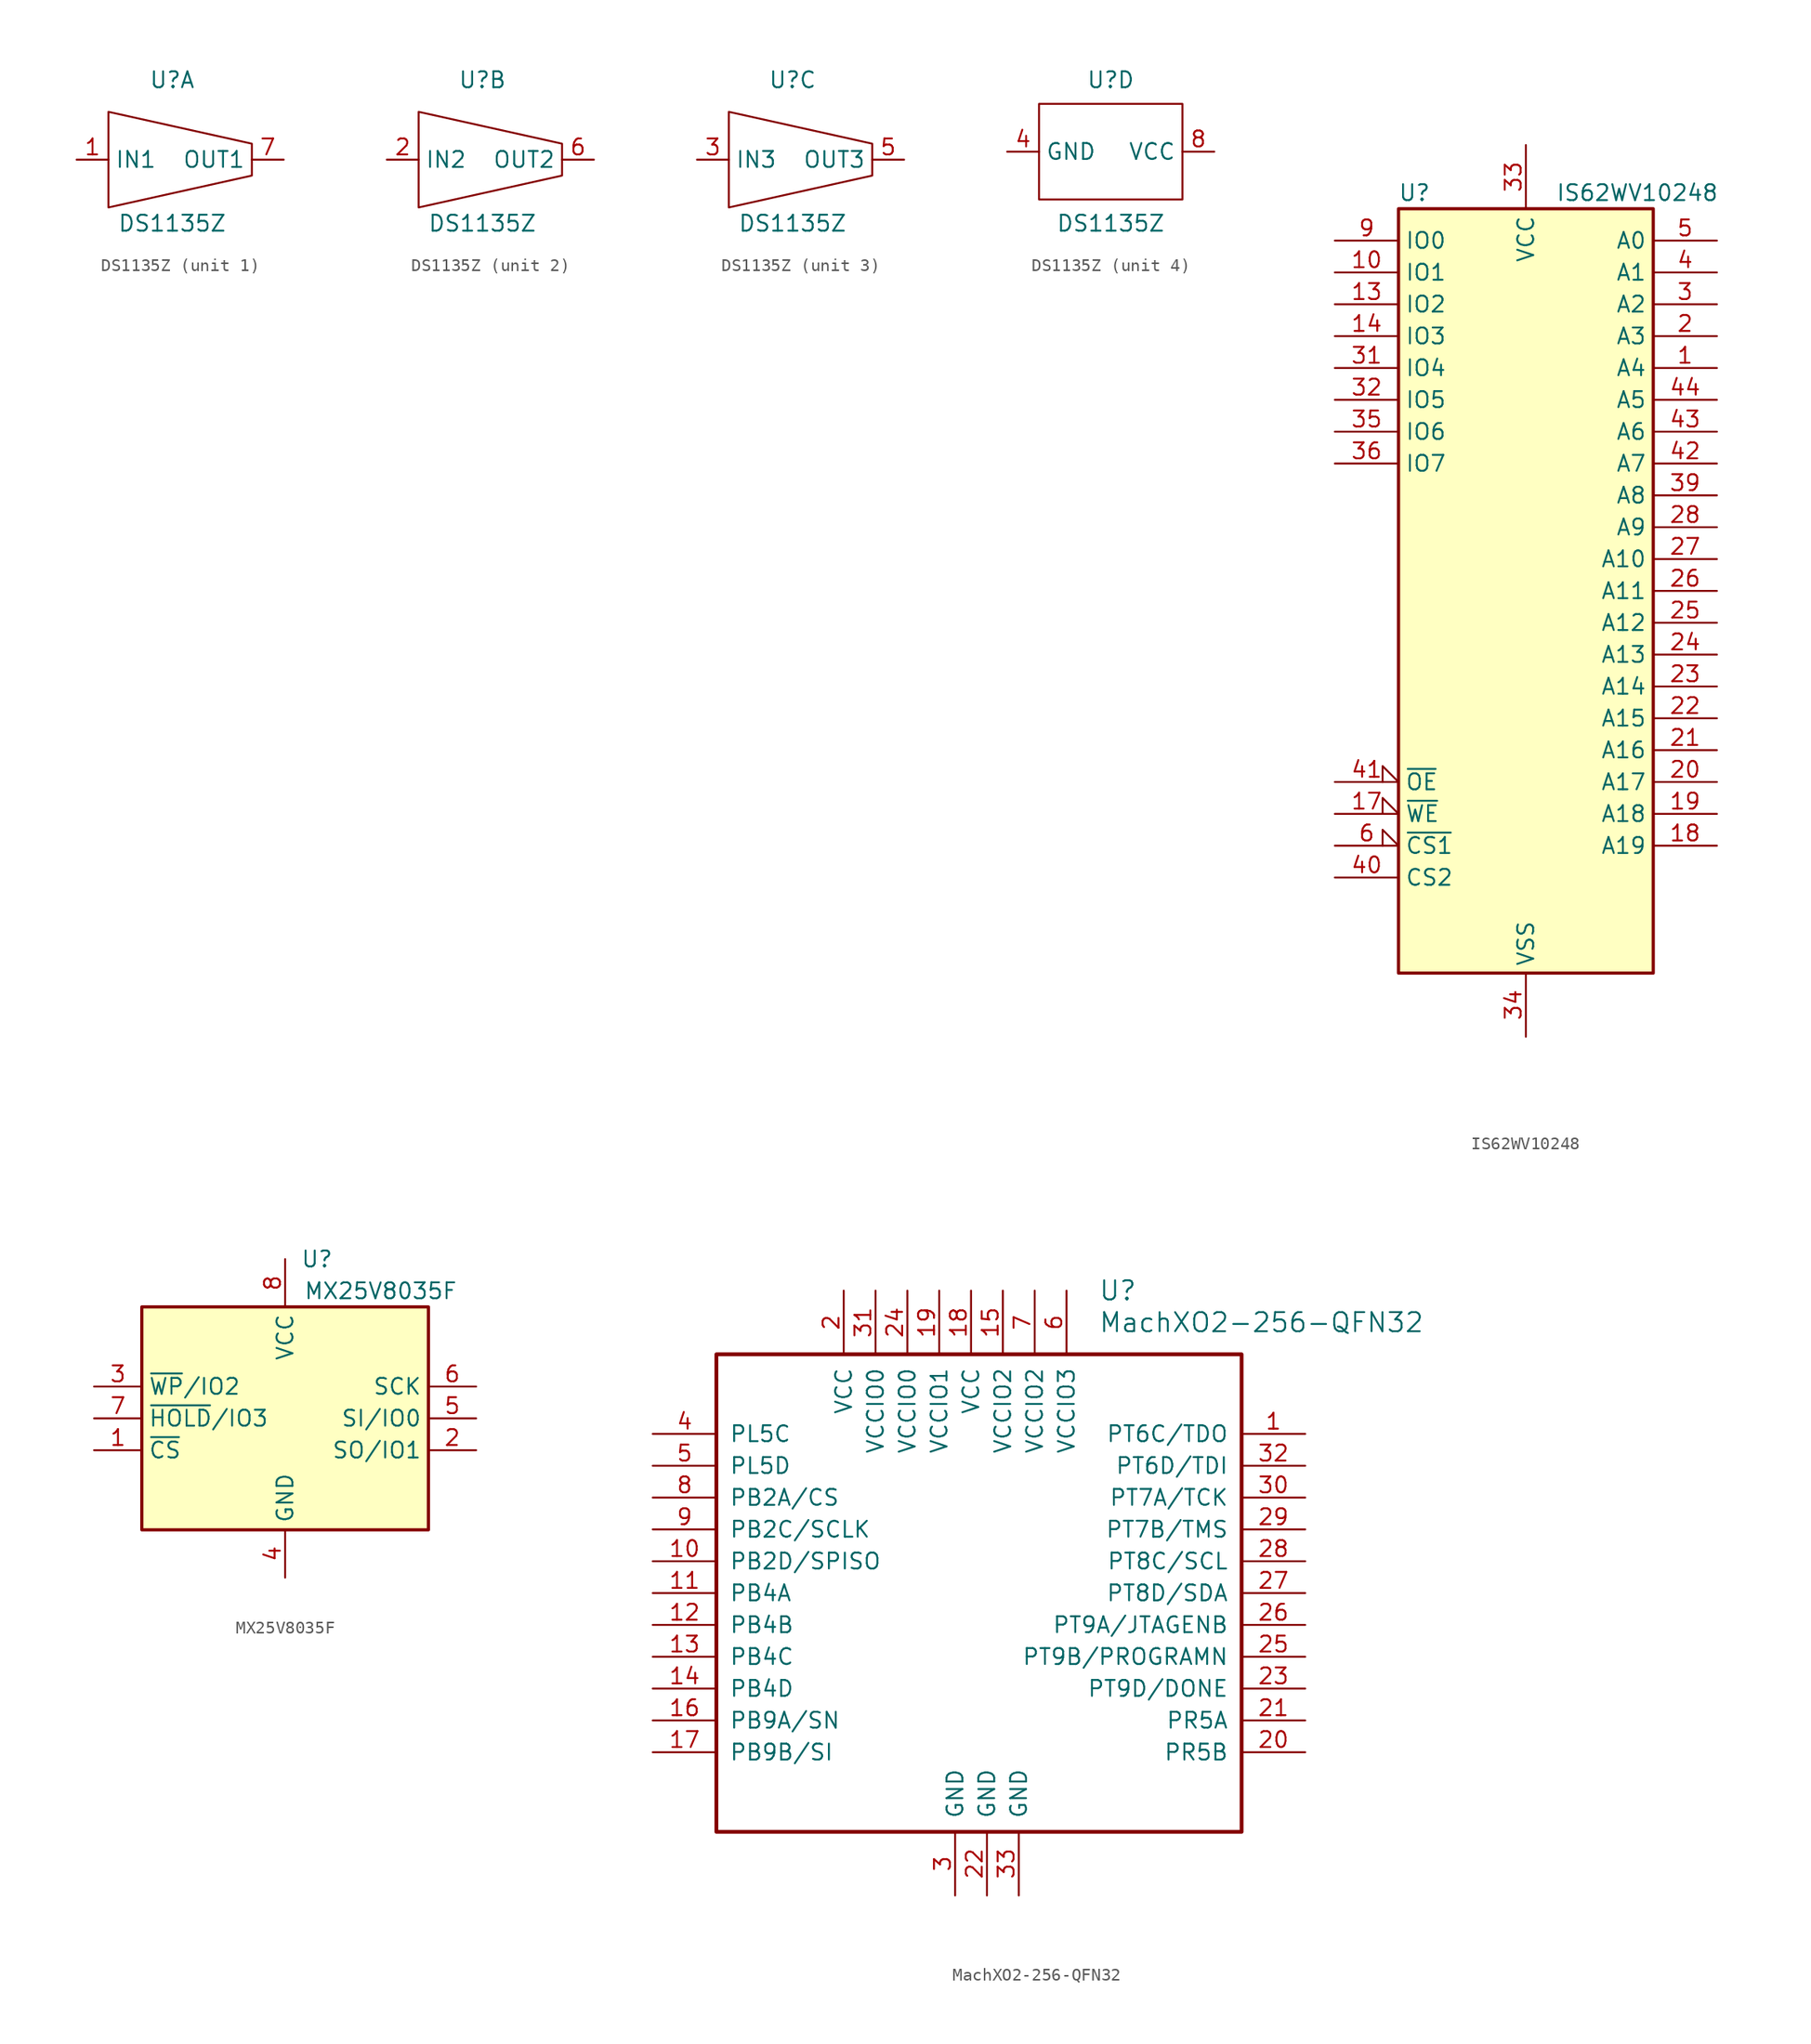
<source format=kicad_sym>
(kicad_symbol_lib
  (version 20211014)
  (generator kicad_symbol_editor)
  (symbol "DS1135Z"
    (property "Reference" "U"
      (at 0 6.35 0)
      (effects (font (size 1.27 1.27))))
    (property "Value" "DS1135Z"
      (at 0 -5.08 0)
      (effects (font (size 1.27 1.27))))
    (property "ki_locked" ""
      (at 0 0 0)
      (effects (font (size 1.27 1.27))))
    (symbol "DS1135Z_1_1"
      (polyline (pts (xy -5.08 0) (xy -5.08 3.81) (xy 6.35 1.27) (xy 6.35 -1.27) (xy -5.08 -3.81) (xy -5.08 0)) (stroke (width 0) (type default) (color 0 0 0 0)) (fill (type none)))
      (pin input line (at -7.62 0 0) (length 2.54) (name "IN1" (effects (font (size 1.27 1.27)))) (number "1" (effects (font (size 1.27 1.27)))))
      (pin output line (at 8.89 0 180) (length 2.54) (name "OUT1" (effects (font (size 1.27 1.27)))) (number "7" (effects (font (size 1.27 1.27))))))
    (symbol "DS1135Z_2_1"
      (polyline (pts (xy -5.08 0) (xy -5.08 3.81) (xy 6.35 1.27) (xy 6.35 -1.27) (xy -5.08 -3.81) (xy -5.08 0)) (stroke (width 0) (type default) (color 0 0 0 0)) (fill (type none)))
      (pin input line (at -7.62 0 0) (length 2.54) (name "IN2" (effects (font (size 1.27 1.27)))) (number "2" (effects (font (size 1.27 1.27)))))
      (pin output line (at 8.89 0 180) (length 2.54) (name "OUT2" (effects (font (size 1.27 1.27)))) (number "6" (effects (font (size 1.27 1.27))))))
    (symbol "DS1135Z_3_1"
      (polyline (pts (xy -5.08 0) (xy -5.08 3.81) (xy 6.35 1.27) (xy 6.35 -1.27) (xy -5.08 -3.81) (xy -5.08 0)) (stroke (width 0) (type default) (color 0 0 0 0)) (fill (type none)))
      (pin input line (at -7.62 0 0) (length 2.54) (name "IN3" (effects (font (size 1.27 1.27)))) (number "3" (effects (font (size 1.27 1.27)))))
      (pin output line (at 8.89 0 180) (length 2.54) (name "OUT3" (effects (font (size 1.27 1.27)))) (number "5" (effects (font (size 1.27 1.27))))))
    (symbol "DS1135Z_4_1"
      (rectangle (start 5.715 -3.175) (end -5.715 4.445) (stroke (width 0) (type default) (color 0 0 0 0)) (fill (type none)))
      (pin input line (at -8.255 0.635 0) (length 2.54) (name "GND" (effects (font (size 1.27 1.27)))) (number "4" (effects (font (size 1.27 1.27)))))
      (pin input line (at 8.255 0.635 180) (length 2.54) (name "VCC" (effects (font (size 1.27 1.27)))) (number "8" (effects (font (size 1.27 1.27)))))))
  (symbol "IS62WV10248"
    (property "Reference" "U"
      (at -8.89 31.75 0)
      (effects (font (size 1.27 1.27))))
    (property "Value" "IS62WV10248"
      (at 8.89 31.75 0)
      (effects (font (size 1.27 1.27))))
    (symbol "IS62WV10248_0_1"
      (rectangle (start -10.16 30.48) (end 10.16 -30.48) (stroke (width 0.254) (type default) (color 0 0 0 0)) (fill (type background))))
    (symbol "IS62WV10248_1_1"
      (pin input line (at 15.24 17.78 180) (length 5.08) (name "A4" (effects (font (size 1.27 1.27)))) (number "1" (effects (font (size 1.27 1.27)))))
      (pin bidirectional line (at -15.24 25.4 0) (length 5.08) (name "IO1" (effects (font (size 1.27 1.27)))) (number "10" (effects (font (size 1.27 1.27)))))
      (pin bidirectional line (at -15.24 22.86 0) (length 5.08) (name "IO2" (effects (font (size 1.27 1.27)))) (number "13" (effects (font (size 1.27 1.27)))))
      (pin bidirectional line (at -15.24 20.32 0) (length 5.08) (name "IO3" (effects (font (size 1.27 1.27)))) (number "14" (effects (font (size 1.27 1.27)))))
      (pin input input_low (at -15.24 -17.78 0) (length 5.08) (name "~{WE}" (effects (font (size 1.27 1.27)))) (number "17" (effects (font (size 1.27 1.27)))))
      (pin input line (at 15.24 -20.32 180) (length 5.08) (name "A19" (effects (font (size 1.27 1.27)))) (number "18" (effects (font (size 1.27 1.27)))))
      (pin input line (at 15.24 -17.78 180) (length 5.08) (name "A18" (effects (font (size 1.27 1.27)))) (number "19" (effects (font (size 1.27 1.27)))))
      (pin input line (at 15.24 20.32 180) (length 5.08) (name "A3" (effects (font (size 1.27 1.27)))) (number "2" (effects (font (size 1.27 1.27)))))
      (pin input line (at 15.24 -15.24 180) (length 5.08) (name "A17" (effects (font (size 1.27 1.27)))) (number "20" (effects (font (size 1.27 1.27)))))
      (pin input line (at 15.24 -12.7 180) (length 5.08) (name "A16" (effects (font (size 1.27 1.27)))) (number "21" (effects (font (size 1.27 1.27)))))
      (pin input line (at 15.24 -10.16 180) (length 5.08) (name "A15" (effects (font (size 1.27 1.27)))) (number "22" (effects (font (size 1.27 1.27)))))
      (pin input line (at 15.24 -7.62 180) (length 5.08) (name "A14" (effects (font (size 1.27 1.27)))) (number "23" (effects (font (size 1.27 1.27)))))
      (pin input line (at 15.24 -5.08 180) (length 5.08) (name "A13" (effects (font (size 1.27 1.27)))) (number "24" (effects (font (size 1.27 1.27)))))
      (pin input line (at 15.24 -2.54 180) (length 5.08) (name "A12" (effects (font (size 1.27 1.27)))) (number "25" (effects (font (size 1.27 1.27)))))
      (pin input line (at 15.24 0 180) (length 5.08) (name "A11" (effects (font (size 1.27 1.27)))) (number "26" (effects (font (size 1.27 1.27)))))
      (pin input line (at 15.24 2.54 180) (length 5.08) (name "A10" (effects (font (size 1.27 1.27)))) (number "27" (effects (font (size 1.27 1.27)))))
      (pin input line (at 15.24 5.08 180) (length 5.08) (name "A9" (effects (font (size 1.27 1.27)))) (number "28" (effects (font (size 1.27 1.27)))))
      (pin input line (at 15.24 22.86 180) (length 5.08) (name "A2" (effects (font (size 1.27 1.27)))) (number "3" (effects (font (size 1.27 1.27)))))
      (pin bidirectional line (at -15.24 17.78 0) (length 5.08) (name "IO4" (effects (font (size 1.27 1.27)))) (number "31" (effects (font (size 1.27 1.27)))))
      (pin bidirectional line (at -15.24 15.24 0) (length 5.08) (name "IO5" (effects (font (size 1.27 1.27)))) (number "32" (effects (font (size 1.27 1.27)))))
      (pin power_in line (at 0 35.56 270) (length 5.08) (name "VCC" (effects (font (size 1.27 1.27)))) (number "33" (effects (font (size 1.27 1.27)))))
      (pin power_in line (at 0 -35.56 90) (length 5.08) (name "VSS" (effects (font (size 1.27 1.27)))) (number "34" (effects (font (size 1.27 1.27)))))
      (pin bidirectional line (at -15.24 12.7 0) (length 5.08) (name "IO6" (effects (font (size 1.27 1.27)))) (number "35" (effects (font (size 1.27 1.27)))))
      (pin bidirectional line (at -15.24 10.16 0) (length 5.08) (name "IO7" (effects (font (size 1.27 1.27)))) (number "36" (effects (font (size 1.27 1.27)))))
      (pin input line (at 15.24 7.62 180) (length 5.08) (name "A8" (effects (font (size 1.27 1.27)))) (number "39" (effects (font (size 1.27 1.27)))))
      (pin input line (at 15.24 25.4 180) (length 5.08) (name "A1" (effects (font (size 1.27 1.27)))) (number "4" (effects (font (size 1.27 1.27)))))
      (pin input line (at -15.24 -22.86 0) (length 5.08) (name "CS2" (effects (font (size 1.27 1.27)))) (number "40" (effects (font (size 1.27 1.27)))))
      (pin input input_low (at -15.24 -15.24 0) (length 5.08) (name "~{OE}" (effects (font (size 1.27 1.27)))) (number "41" (effects (font (size 1.27 1.27)))))
      (pin input line (at 15.24 10.16 180) (length 5.08) (name "A7" (effects (font (size 1.27 1.27)))) (number "42" (effects (font (size 1.27 1.27)))))
      (pin input line (at 15.24 12.7 180) (length 5.08) (name "A6" (effects (font (size 1.27 1.27)))) (number "43" (effects (font (size 1.27 1.27)))))
      (pin input line (at 15.24 15.24 180) (length 5.08) (name "A5" (effects (font (size 1.27 1.27)))) (number "44" (effects (font (size 1.27 1.27)))))
      (pin input line (at 15.24 27.94 180) (length 5.08) (name "A0" (effects (font (size 1.27 1.27)))) (number "5" (effects (font (size 1.27 1.27)))))
      (pin input input_low (at -15.24 -20.32 0) (length 5.08) (name "~{CS1}" (effects (font (size 1.27 1.27)))) (number "6" (effects (font (size 1.27 1.27)))))
      (pin bidirectional line (at -15.24 27.94 0) (length 5.08) (name "IO0" (effects (font (size 1.27 1.27)))) (number "9" (effects (font (size 1.27 1.27)))))))
  (symbol "MX25V8035F"
    (property "Reference" "U"
      (at 2.54 12.7 0)
      (effects (font (size 1.27 1.27))))
    (property "Value" "MX25V8035F"
      (at 7.62 10.16 0)
      (effects (font (size 1.27 1.27))))
    (symbol "MX25V8035F_1_1"
      (rectangle (start -11.43 8.89) (end 11.43 -8.89) (stroke (width 0.254) (type default) (color 0 0 0 0)) (fill (type background)))
      (pin input line (at -15.24 -2.54 0) (length 3.81) (name "~{CS}" (effects (font (size 1.27 1.27)))) (number "1" (effects (font (size 1.27 1.27)))))
      (pin output line (at 15.24 -2.54 180) (length 3.81) (name "SO/IO1" (effects (font (size 1.27 1.27)))) (number "2" (effects (font (size 1.27 1.27)))))
      (pin bidirectional line (at -15.24 2.54 0) (length 3.81) (name "~{WP}/IO2" (effects (font (size 1.27 1.27)))) (number "3" (effects (font (size 1.27 1.27)))))
      (pin power_in line (at 0 -12.7 90) (length 3.81) (name "GND" (effects (font (size 1.27 1.27)))) (number "4" (effects (font (size 1.27 1.27)))))
      (pin input line (at 15.24 0 180) (length 3.81) (name "SI/IO0" (effects (font (size 1.27 1.27)))) (number "5" (effects (font (size 1.27 1.27)))))
      (pin input line (at 15.24 2.54 180) (length 3.81) (name "SCK" (effects (font (size 1.27 1.27)))) (number "6" (effects (font (size 1.27 1.27)))))
      (pin bidirectional line (at -15.24 0 0) (length 3.81) (name "~{HOLD}/IO3" (effects (font (size 1.27 1.27)))) (number "7" (effects (font (size 1.27 1.27)))))
      (pin power_in line (at 0 12.7 270) (length 3.81) (name "VCC" (effects (font (size 1.27 1.27)))) (number "8" (effects (font (size 1.27 1.27)))))))
  (symbol "﻿MachXO2-256-QFN32"
    (pin_names
      (offset 1.016))
    (property "Reference" "U"
      (at 8.89 24.13 0)
      (effects (font (size 1.524 1.524)) (justify left)))
    (property "Value" "﻿MachXO2-256-QFN32"
      (at 8.89 21.59 0)
      (effects (font (size 1.524 1.524)) (justify left)))
    (symbol "﻿MachXO2-256-QFN32_1_1"
      (rectangle (start -21.59 19.05) (end 20.32 -19.05) (stroke (width 0.305) (type default) (color 0 0 0 0)) (fill (type none)))
      (pin bidirectional line (at 25.4 12.7 180) (length 5.08) (name "PT6C/TDO" (effects (font (size 1.27 1.27)))) (number "1" (effects (font (size 1.27 1.27)))))
      (pin bidirectional line (at -26.67 2.54 0) (length 5.08) (name "PB2D/SPISO" (effects (font (size 1.27 1.27)))) (number "10" (effects (font (size 1.27 1.27)))))
      (pin bidirectional line (at -26.67 0 0) (length 5.08) (name "PB4A" (effects (font (size 1.27 1.27)))) (number "11" (effects (font (size 1.27 1.27)))))
      (pin bidirectional line (at -26.67 -2.54 0) (length 5.08) (name "PB4B" (effects (font (size 1.27 1.27)))) (number "12" (effects (font (size 1.27 1.27)))))
      (pin bidirectional line (at -26.67 -5.08 0) (length 5.08) (name "PB4C" (effects (font (size 1.27 1.27)))) (number "13" (effects (font (size 1.27 1.27)))))
      (pin bidirectional line (at -26.67 -7.62 0) (length 5.08) (name "PB4D" (effects (font (size 1.27 1.27)))) (number "14" (effects (font (size 1.27 1.27)))))
      (pin bidirectional line (at 1.27 24.13 270) (length 5.08) (name "VCCIO2" (effects (font (size 1.27 1.27)))) (number "15" (effects (font (size 1.27 1.27)))))
      (pin bidirectional line (at -26.67 -10.16 0) (length 5.08) (name "PB9A/SN" (effects (font (size 1.27 1.27)))) (number "16" (effects (font (size 1.27 1.27)))))
      (pin bidirectional line (at -26.67 -12.7 0) (length 5.08) (name "PB9B/SI" (effects (font (size 1.27 1.27)))) (number "17" (effects (font (size 1.27 1.27)))))
      (pin bidirectional line (at -1.27 24.13 270) (length 5.08) (name "VCC" (effects (font (size 1.27 1.27)))) (number "18" (effects (font (size 1.27 1.27)))))
      (pin bidirectional line (at -3.81 24.13 270) (length 5.08) (name "VCCIO1" (effects (font (size 1.27 1.27)))) (number "19" (effects (font (size 1.27 1.27)))))
      (pin bidirectional line (at -11.43 24.13 270) (length 5.08) (name "VCC" (effects (font (size 1.27 1.27)))) (number "2" (effects (font (size 1.27 1.27)))))
      (pin bidirectional line (at 25.4 -12.7 180) (length 5.08) (name "PR5B" (effects (font (size 1.27 1.27)))) (number "20" (effects (font (size 1.27 1.27)))))
      (pin bidirectional line (at 25.4 -10.16 180) (length 5.08) (name "PR5A" (effects (font (size 1.27 1.27)))) (number "21" (effects (font (size 1.27 1.27)))))
      (pin bidirectional line (at 0 -24.13 90) (length 5.08) (name "GND" (effects (font (size 1.27 1.27)))) (number "22" (effects (font (size 1.27 1.27)))))
      (pin bidirectional line (at 25.4 -7.62 180) (length 5.08) (name "PT9D/DONE" (effects (font (size 1.27 1.27)))) (number "23" (effects (font (size 1.27 1.27)))))
      (pin bidirectional line (at -6.35 24.13 270) (length 5.08) (name "VCCIO0" (effects (font (size 1.27 1.27)))) (number "24" (effects (font (size 1.27 1.27)))))
      (pin bidirectional line (at 25.4 -5.08 180) (length 5.08) (name "PT9B/PROGRAMN" (effects (font (size 1.27 1.27)))) (number "25" (effects (font (size 1.27 1.27)))))
      (pin bidirectional line (at 25.4 -2.54 180) (length 5.08) (name "PT9A/JTAGENB" (effects (font (size 1.27 1.27)))) (number "26" (effects (font (size 1.27 1.27)))))
      (pin bidirectional line (at 25.4 0 180) (length 5.08) (name "PT8D/SDA" (effects (font (size 1.27 1.27)))) (number "27" (effects (font (size 1.27 1.27)))))
      (pin bidirectional line (at 25.4 2.54 180) (length 5.08) (name "PT8C/SCL" (effects (font (size 1.27 1.27)))) (number "28" (effects (font (size 1.27 1.27)))))
      (pin bidirectional line (at 25.4 5.08 180) (length 5.08) (name "PT7B/TMS" (effects (font (size 1.27 1.27)))) (number "29" (effects (font (size 1.27 1.27)))))
      (pin bidirectional line (at -2.54 -24.13 90) (length 5.08) (name "GND" (effects (font (size 1.27 1.27)))) (number "3" (effects (font (size 1.27 1.27)))))
      (pin bidirectional line (at 25.4 7.62 180) (length 5.08) (name "PT7A/TCK" (effects (font (size 1.27 1.27)))) (number "30" (effects (font (size 1.27 1.27)))))
      (pin bidirectional line (at -8.89 24.13 270) (length 5.08) (name "VCCIO0" (effects (font (size 1.27 1.27)))) (number "31" (effects (font (size 1.27 1.27)))))
      (pin bidirectional line (at 25.4 10.16 180) (length 5.08) (name "PT6D/TDI" (effects (font (size 1.27 1.27)))) (number "32" (effects (font (size 1.27 1.27)))))
      (pin passive line (at 2.54 -24.13 90) (length 5.08) (name "GND" (effects (font (size 1.27 1.27)))) (number "33" (effects (font (size 1.27 1.27)))))
      (pin bidirectional line (at -26.67 12.7 0) (length 5.08) (name "PL5C" (effects (font (size 1.27 1.27)))) (number "4" (effects (font (size 1.27 1.27)))))
      (pin bidirectional line (at -26.67 10.16 0) (length 5.08) (name "PL5D" (effects (font (size 1.27 1.27)))) (number "5" (effects (font (size 1.27 1.27)))))
      (pin bidirectional line (at 6.35 24.13 270) (length 5.08) (name "VCCIO3" (effects (font (size 1.27 1.27)))) (number "6" (effects (font (size 1.27 1.27)))))
      (pin bidirectional line (at 3.81 24.13 270) (length 5.08) (name "VCCIO2" (effects (font (size 1.27 1.27)))) (number "7" (effects (font (size 1.27 1.27)))))
      (pin bidirectional line (at -26.67 7.62 0) (length 5.08) (name "PB2A/CS" (effects (font (size 1.27 1.27)))) (number "8" (effects (font (size 1.27 1.27)))))
      (pin bidirectional line (at -26.67 5.08 0) (length 5.08) (name "PB2C/SCLK" (effects (font (size 1.27 1.27)))) (number "9" (effects (font (size 1.27 1.27))))))))
</source>
